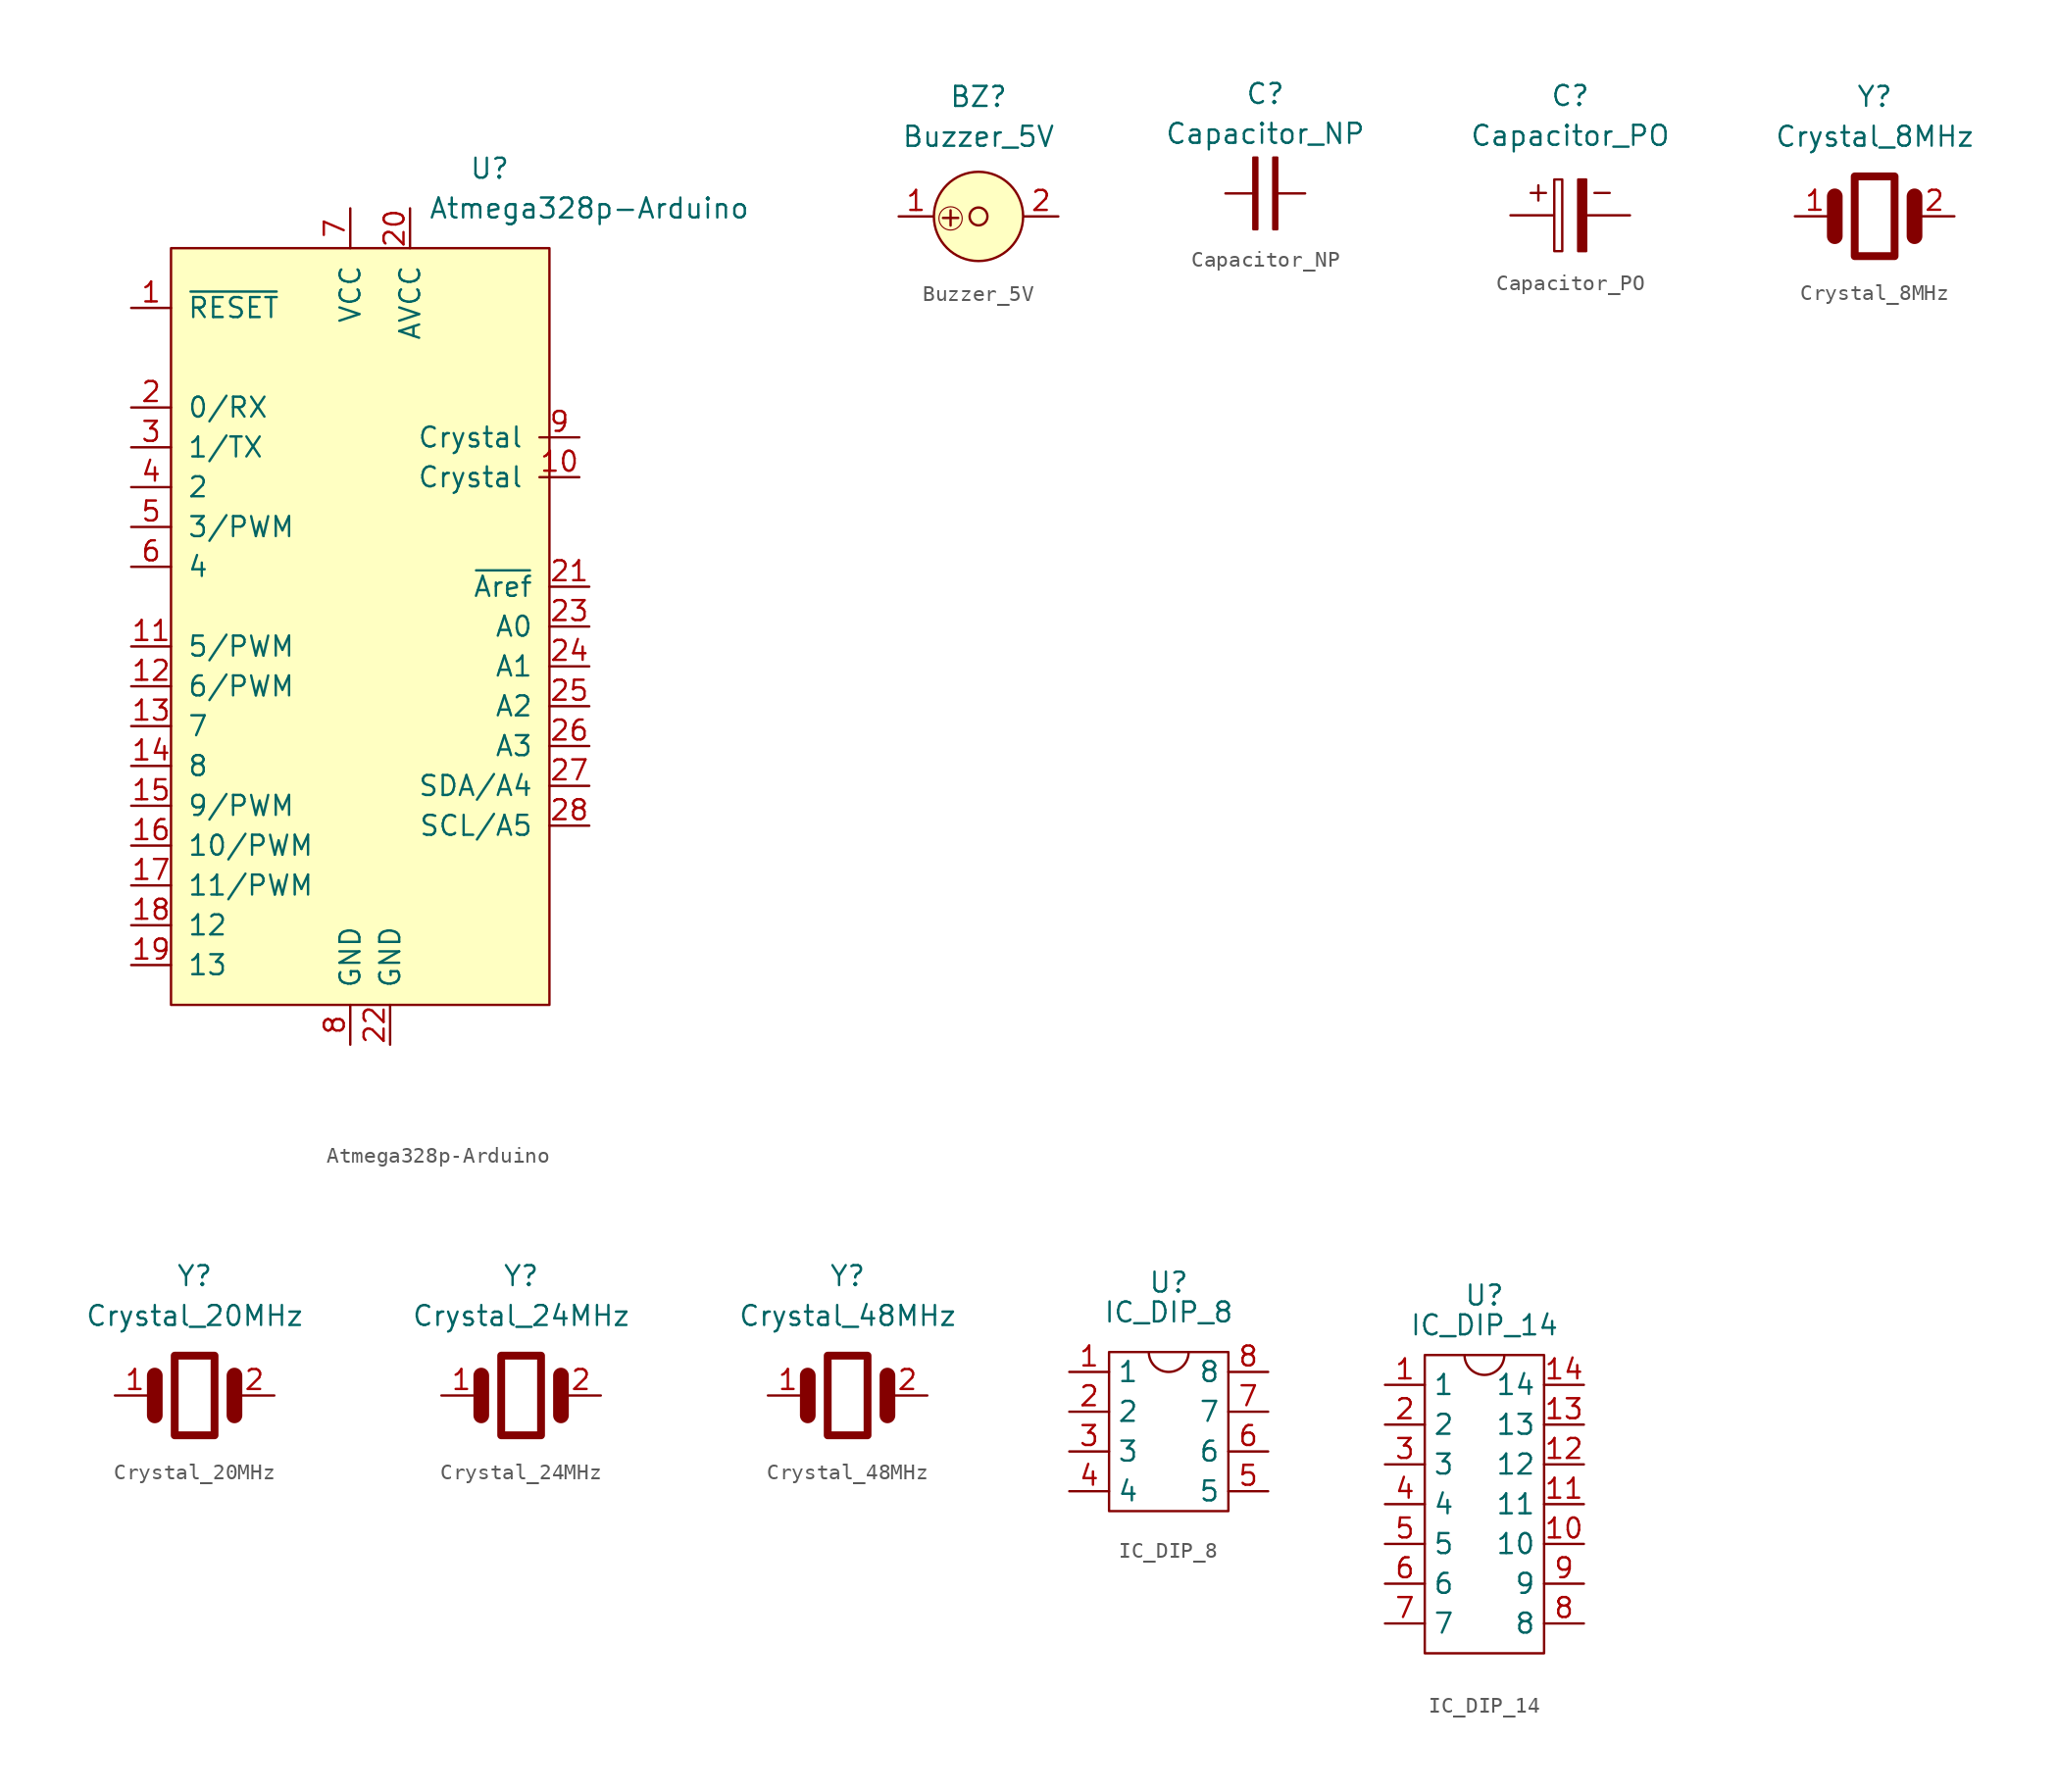
<source format=kicad_sym>
(kicad_symbol_lib
  (version 20220914)
  (generator kicad_symbol_editor)
  (symbol "Atmega328p-Arduino"
    (pin_names
      (offset 1.016))
    (property "Reference" "U"
      (at 7.62 30.48 0)
      (effects (font (size 1.27 1.27))))
    (property "Value" "Atmega328p-Arduino"
      (at 13.97 27.94 0)
      (effects (font (size 1.27 1.27))))
    (symbol "Atmega328p-Arduino_0_1"
      (rectangle (start -12.7 25.4) (end 11.43 -22.86) (stroke (width 0) (type default)) (fill (type background))))
    (symbol "Atmega328p-Arduino_1_1"
      (pin bidirectional line (at -15.24 21.59 0) (length 2.54) (name "~{RESET}" (effects (font (size 1.27 1.27)))) (number "1" (effects (font (size 1.27 1.27)))))
      (pin bidirectional line (at 13.335 10.795 180) (length 2.54) (name "Crystal" (effects (font (size 1.27 1.27)))) (number "10" (effects (font (size 1.27 1.27)))))
      (pin bidirectional line (at -15.24 0 0) (length 2.54) (name "5/PWM" (effects (font (size 1.27 1.27)))) (number "11" (effects (font (size 1.27 1.27)))))
      (pin bidirectional line (at -15.24 -2.54 0) (length 2.54) (name "6/PWM" (effects (font (size 1.27 1.27)))) (number "12" (effects (font (size 1.27 1.27)))))
      (pin bidirectional line (at -15.24 -5.08 0) (length 2.54) (name "7" (effects (font (size 1.27 1.27)))) (number "13" (effects (font (size 1.27 1.27)))))
      (pin bidirectional line (at -15.24 -7.62 0) (length 2.54) (name "8" (effects (font (size 1.27 1.27)))) (number "14" (effects (font (size 1.27 1.27)))))
      (pin bidirectional line (at -15.24 -10.16 0) (length 2.54) (name "9/PWM" (effects (font (size 1.27 1.27)))) (number "15" (effects (font (size 1.27 1.27)))))
      (pin bidirectional line (at -15.24 -12.7 0) (length 2.54) (name "10/PWM" (effects (font (size 1.27 1.27)))) (number "16" (effects (font (size 1.27 1.27)))))
      (pin bidirectional line (at -15.24 -15.24 0) (length 2.54) (name "11/PWM" (effects (font (size 1.27 1.27)))) (number "17" (effects (font (size 1.27 1.27)))))
      (pin bidirectional line (at -15.24 -17.78 0) (length 2.54) (name "12" (effects (font (size 1.27 1.27)))) (number "18" (effects (font (size 1.27 1.27)))))
      (pin bidirectional line (at -15.24 -20.32 0) (length 2.54) (name "13" (effects (font (size 1.27 1.27)))) (number "19" (effects (font (size 1.27 1.27)))))
      (pin bidirectional line (at -15.24 15.24 0) (length 2.54) (name "0/RX" (effects (font (size 1.27 1.27)))) (number "2" (effects (font (size 1.27 1.27)))))
      (pin power_in line (at 2.54 27.94 270) (length 2.54) (name "AVCC" (effects (font (size 1.27 1.27)))) (number "20" (effects (font (size 1.27 1.27)))))
      (pin bidirectional line (at 13.97 3.81 180) (length 2.54) (name "~{Aref}" (effects (font (size 1.27 1.27)))) (number "21" (effects (font (size 1.27 1.27)))))
      (pin power_in line (at 1.27 -25.4 90) (length 2.54) (name "GND" (effects (font (size 1.27 1.27)))) (number "22" (effects (font (size 1.27 1.27)))))
      (pin bidirectional line (at 13.97 1.27 180) (length 2.54) (name "A0" (effects (font (size 1.27 1.27)))) (number "23" (effects (font (size 1.27 1.27)))))
      (pin bidirectional line (at 13.97 -1.27 180) (length 2.54) (name "A1" (effects (font (size 1.27 1.27)))) (number "24" (effects (font (size 1.27 1.27)))))
      (pin bidirectional line (at 13.97 -3.81 180) (length 2.54) (name "A2" (effects (font (size 1.27 1.27)))) (number "25" (effects (font (size 1.27 1.27)))))
      (pin bidirectional line (at 13.97 -6.35 180) (length 2.54) (name "A3" (effects (font (size 1.27 1.27)))) (number "26" (effects (font (size 1.27 1.27)))))
      (pin bidirectional line (at 13.97 -8.89 180) (length 2.54) (name "SDA/A4" (effects (font (size 1.27 1.27)))) (number "27" (effects (font (size 1.27 1.27)))))
      (pin bidirectional line (at 13.97 -11.43 180) (length 2.54) (name "SCL/A5" (effects (font (size 1.27 1.27)))) (number "28" (effects (font (size 1.27 1.27)))))
      (pin bidirectional line (at -15.24 12.7 0) (length 2.54) (name "1/TX" (effects (font (size 1.27 1.27)))) (number "3" (effects (font (size 1.27 1.27)))))
      (pin bidirectional line (at -15.24 10.16 0) (length 2.54) (name "2" (effects (font (size 1.27 1.27)))) (number "4" (effects (font (size 1.27 1.27)))))
      (pin bidirectional line (at -15.24 7.62 0) (length 2.54) (name "3/PWM" (effects (font (size 1.27 1.27)))) (number "5" (effects (font (size 1.27 1.27)))))
      (pin bidirectional line (at -15.24 5.08 0) (length 2.54) (name "4" (effects (font (size 1.27 1.27)))) (number "6" (effects (font (size 1.27 1.27)))))
      (pin power_in line (at -1.27 27.94 270) (length 2.54) (name "VCC" (effects (font (size 1.27 1.27)))) (number "7" (effects (font (size 1.27 1.27)))))
      (pin power_in line (at -1.27 -25.4 90) (length 2.54) (name "GND" (effects (font (size 1.27 1.27)))) (number "8" (effects (font (size 1.27 1.27)))))
      (pin bidirectional line (at 13.335 13.335 180) (length 2.54) (name "Crystal" (effects (font (size 1.27 1.27)))) (number "9" (effects (font (size 1.27 1.27)))))))
  (symbol "Buzzer_5V"
    (property "Reference" "BZ"
      (at 0 7.62 0)
      (effects (font (size 1.27 1.27))))
    (property "Value" "Buzzer_5V"
      (at 0 5.08 0)
      (effects (font (size 1.27 1.27))))
    (symbol "Buzzer_5V_0_0"
      (circle (center -1.778 -0.127) (radius 0.741) (stroke (width 0.07) (type default)) (fill (type none)))
      (text "+" (at -1.778 0 0) (effects (font (size 1.27 1.27)))))
    (symbol "Buzzer_5V_0_1"
      (circle (center 0 0) (radius 0.568) (stroke (width 0) (type default)) (fill (type none)))
      (circle (center 0 0) (radius 2.84) (stroke (width 0) (type default)) (fill (type background))))
    (symbol "Buzzer_5V_1_1"
      (pin passive line (at -5.08 0 0) (length 2.2) (name "" (effects (font (size 1.27 1.27)))) (number "1" (effects (font (size 1.27 1.27)))))
      (pin passive line (at 5.08 0 180) (length 2.2) (name "" (effects (font (size 1.27 1.27)))) (number "2" (effects (font (size 1.27 1.27)))))))
  (symbol "Capacitor_NP"
    (property "Reference" "C"
      (at 0 6.35 0)
      (effects (font (size 1.27 1.27))))
    (property "Value" "Capacitor_NP"
      (at 0 3.81 0)
      (effects (font (size 1.27 1.27))))
    (symbol "Capacitor_NP_0_1"
      (rectangle (start -0.762 2.286) (end -0.508 -2.286) (stroke (width 0) (type default)) (fill (type outline)))
      (rectangle (start 0.508 2.286) (end 0.762 -2.286) (stroke (width 0) (type default)) (fill (type outline))))
    (symbol "Capacitor_NP_1_1"
      (pin passive line (at -2.54 0 0) (length 2) (name "~" (effects (font (size 0 0)))) (number "1" (effects (font (size 0 0)))))
      (pin input line (at 2.54 0 180) (length 2) (name "~" (effects (font (size 0 0)))) (number "2" (effects (font (size 0 0)))))))
  (symbol "Capacitor_PO"
    (property "Reference" "C"
      (at 0 7.62 0)
      (effects (font (size 1.27 1.27))))
    (property "Value" "Capacitor_PO"
      (at 0 5.08 0)
      (effects (font (size 1.27 1.27))))
    (symbol "Capacitor_PO_0_0"
      (text "+" (at -2.032 1.524 0) (effects (font (size 1.27 1.27))))
      (text "-" (at 2.032 1.524 0) (effects (font (size 1.27 1.27)))))
    (symbol "Capacitor_PO_0_1"
      (rectangle (start -1.016 -2.286) (end -0.508 2.286) (stroke (width 0) (type default)) (fill (type none)))
      (rectangle (start 0.508 -2.286) (end 1.016 2.286) (stroke (width 0) (type default)) (fill (type outline))))
    (symbol "Capacitor_PO_1_1"
      (pin passive line (at -3.81 0 0) (length 2.7) (name "~" (effects (font (size 0 0)))) (number "1" (effects (font (size 0 0)))))
      (pin input line (at 3.81 0 180) (length 2.7) (name "~" (effects (font (size 0 0)))) (number "2" (effects (font (size 0 0)))))))
  (symbol "Crystal_8MHz"
    (property "Reference" "Y"
      (at 0 7.62 0)
      (effects (font (size 1.27 1.27))))
    (property "Value" "Crystal_8MHz"
      (at 0 5.08 0)
      (effects (font (size 1.27 1.27))))
    (symbol "Crystal_8MHz_0_1"
      (rectangle (start -1.27 2.54) (end 1.27 -2.54) (stroke (width 0.5) (type default)) (fill (type none)))
      (polyline (pts (xy -2.54 1.27) (xy -2.54 -1.27)) (stroke (width 1) (type default)) (fill (type none)))
      (polyline (pts (xy 2.54 1.27) (xy 2.54 -1.27)) (stroke (width 1) (type default)) (fill (type none))))
    (symbol "Crystal_8MHz_1_1"
      (pin passive line (at -5.08 0 0) (length 2.54) (name "" (effects (font (size 1.27 1.27)))) (number "1" (effects (font (size 1.27 1.27)))))
      (pin passive line (at 5.08 0 180) (length 2.54) (name "" (effects (font (size 1.27 1.27)))) (number "2" (effects (font (size 1.27 1.27)))))))
  (symbol "Crystal_20MHz"
    (property "Reference" "Y"
      (at 0 7.62 0)
      (effects (font (size 1.27 1.27))))
    (property "Value" "Crystal_20MHz"
      (at 0 5.08 0)
      (effects (font (size 1.27 1.27))))
    (symbol "Crystal_20MHz_0_1"
      (rectangle (start -1.27 2.54) (end 1.27 -2.54) (stroke (width 0.5) (type default)) (fill (type none)))
      (polyline (pts (xy -2.54 1.27) (xy -2.54 -1.27)) (stroke (width 1) (type default)) (fill (type none)))
      (polyline (pts (xy 2.54 1.27) (xy 2.54 -1.27)) (stroke (width 1) (type default)) (fill (type none))))
    (symbol "Crystal_20MHz_1_1"
      (pin passive line (at -5.08 0 0) (length 2.54) (name "" (effects (font (size 1.27 1.27)))) (number "1" (effects (font (size 1.27 1.27)))))
      (pin passive line (at 5.08 0 180) (length 2.54) (name "" (effects (font (size 1.27 1.27)))) (number "2" (effects (font (size 1.27 1.27)))))))
  (symbol "Crystal_24MHz"
    (property "Reference" "Y"
      (at 0 7.62 0)
      (effects (font (size 1.27 1.27))))
    (property "Value" "Crystal_24MHz"
      (at 0 5.08 0)
      (effects (font (size 1.27 1.27))))
    (symbol "Crystal_24MHz_0_1"
      (rectangle (start -1.27 2.54) (end 1.27 -2.54) (stroke (width 0.5) (type default)) (fill (type none)))
      (polyline (pts (xy -2.54 1.27) (xy -2.54 -1.27)) (stroke (width 1) (type default)) (fill (type none)))
      (polyline (pts (xy 2.54 1.27) (xy 2.54 -1.27)) (stroke (width 1) (type default)) (fill (type none))))
    (symbol "Crystal_24MHz_1_1"
      (pin passive line (at -5.08 0 0) (length 2.54) (name "" (effects (font (size 1.27 1.27)))) (number "1" (effects (font (size 1.27 1.27)))))
      (pin passive line (at 5.08 0 180) (length 2.54) (name "" (effects (font (size 1.27 1.27)))) (number "2" (effects (font (size 1.27 1.27)))))))
  (symbol "Crystal_48MHz"
    (property "Reference" "Y"
      (at 0 7.62 0)
      (effects (font (size 1.27 1.27))))
    (property "Value" "Crystal_48MHz"
      (at 0 5.08 0)
      (effects (font (size 1.27 1.27))))
    (symbol "Crystal_48MHz_0_1"
      (rectangle (start -1.27 2.54) (end 1.27 -2.54) (stroke (width 0.5) (type default)) (fill (type none)))
      (polyline (pts (xy -2.54 1.27) (xy -2.54 -1.27)) (stroke (width 1) (type default)) (fill (type none)))
      (polyline (pts (xy 2.54 1.27) (xy 2.54 -1.27)) (stroke (width 1) (type default)) (fill (type none))))
    (symbol "Crystal_48MHz_1_1"
      (pin passive line (at -5.08 0 0) (length 2.54) (name "" (effects (font (size 1.27 1.27)))) (number "1" (effects (font (size 1.27 1.27)))))
      (pin passive line (at 5.08 0 180) (length 2.54) (name "" (effects (font (size 1.27 1.27)))) (number "2" (effects (font (size 1.27 1.27)))))))
  (symbol "IC_DIP_8"
    (property "Reference" "U"
      (at 0 9.525 0)
      (effects (font (size 1.27 1.27))))
    (property "Value" "IC_DIP_8"
      (at 0 7.62 0)
      (effects (font (size 1.27 1.27))))
    (symbol "IC_DIP_8_0_1"
      (rectangle (start -3.81 5.08) (end 3.81 -5.08) (stroke (width 0) (type default)) (fill (type none)))
      (arc (start -1.27 5.0641) (mid 0 3.8099) (end 1.27 5.0641) (stroke (width 0) (type default)) (fill (type none))))
    (symbol "IC_DIP_8_1_1"
      (pin bidirectional line (at -6.35 3.81 0) (length 2.54) (name "1" (effects (font (size 1.27 1.27)))) (number "1" (effects (font (size 1.27 1.27)))))
      (pin bidirectional line (at -6.35 1.27 0) (length 2.54) (name "2" (effects (font (size 1.27 1.27)))) (number "2" (effects (font (size 1.27 1.27)))))
      (pin bidirectional line (at -6.35 -1.27 0) (length 2.54) (name "3" (effects (font (size 1.27 1.27)))) (number "3" (effects (font (size 1.27 1.27)))))
      (pin bidirectional line (at -6.35 -3.81 0) (length 2.54) (name "4" (effects (font (size 1.27 1.27)))) (number "4" (effects (font (size 1.27 1.27)))))
      (pin bidirectional line (at 6.35 -3.81 180) (length 2.54) (name "5" (effects (font (size 1.27 1.27)))) (number "5" (effects (font (size 1.27 1.27)))))
      (pin bidirectional line (at 6.35 -1.27 180) (length 2.54) (name "6" (effects (font (size 1.27 1.27)))) (number "6" (effects (font (size 1.27 1.27)))))
      (pin bidirectional line (at 6.35 1.27 180) (length 2.54) (name "7" (effects (font (size 1.27 1.27)))) (number "7" (effects (font (size 1.27 1.27)))))
      (pin bidirectional line (at 6.35 3.81 180) (length 2.54) (name "8" (effects (font (size 1.27 1.27)))) (number "8" (effects (font (size 1.27 1.27)))))))
  (symbol "IC_DIP_14"
    (property "Reference" "U"
      (at 0 13.335 0)
      (effects (font (size 1.27 1.27))))
    (property "Value" "IC_DIP_14"
      (at 0 11.43 0)
      (effects (font (size 1.27 1.27))))
    (symbol "IC_DIP_14_0_1"
      (rectangle (start -3.81 9.525) (end 3.81 -9.525) (stroke (width 0) (type default)) (fill (type none)))
      (arc (start -1.27 9.5091) (mid 0 8.2549) (end 1.27 9.5091) (stroke (width 0) (type default)) (fill (type none))))
    (symbol "IC_DIP_14_1_1"
      (pin bidirectional line (at -6.35 7.62 0) (length 2.54) (name "1" (effects (font (size 1.27 1.27)))) (number "1" (effects (font (size 1.27 1.27)))))
      (pin bidirectional line (at 6.35 -2.54 180) (length 2.54) (name "10" (effects (font (size 1.27 1.27)))) (number "10" (effects (font (size 1.27 1.27)))))
      (pin bidirectional line (at 6.35 0 180) (length 2.54) (name "11" (effects (font (size 1.27 1.27)))) (number "11" (effects (font (size 1.27 1.27)))))
      (pin bidirectional line (at 6.35 2.54 180) (length 2.54) (name "12" (effects (font (size 1.27 1.27)))) (number "12" (effects (font (size 1.27 1.27)))))
      (pin bidirectional line (at 6.35 5.08 180) (length 2.54) (name "13" (effects (font (size 1.27 1.27)))) (number "13" (effects (font (size 1.27 1.27)))))
      (pin bidirectional line (at 6.35 7.62 180) (length 2.54) (name "14" (effects (font (size 1.27 1.27)))) (number "14" (effects (font (size 1.27 1.27)))))
      (pin bidirectional line (at -6.35 5.08 0) (length 2.54) (name "2" (effects (font (size 1.27 1.27)))) (number "2" (effects (font (size 1.27 1.27)))))
      (pin bidirectional line (at -6.35 2.54 0) (length 2.54) (name "3" (effects (font (size 1.27 1.27)))) (number "3" (effects (font (size 1.27 1.27)))))
      (pin bidirectional line (at -6.35 0 0) (length 2.54) (name "4" (effects (font (size 1.27 1.27)))) (number "4" (effects (font (size 1.27 1.27)))))
      (pin bidirectional line (at -6.35 -2.54 0) (length 2.54) (name "5" (effects (font (size 1.27 1.27)))) (number "5" (effects (font (size 1.27 1.27)))))
      (pin bidirectional line (at -6.35 -5.08 0) (length 2.54) (name "6" (effects (font (size 1.27 1.27)))) (number "6" (effects (font (size 1.27 1.27)))))
      (pin bidirectional line (at -6.35 -7.62 0) (length 2.54) (name "7" (effects (font (size 1.27 1.27)))) (number "7" (effects (font (size 1.27 1.27)))))
      (pin bidirectional line (at 6.35 -7.62 180) (length 2.54) (name "8" (effects (font (size 1.27 1.27)))) (number "8" (effects (font (size 1.27 1.27)))))
      (pin bidirectional line (at 6.35 -5.08 180) (length 2.54) (name "9" (effects (font (size 1.27 1.27)))) (number "9" (effects (font (size 1.27 1.27))))))))
</source>
